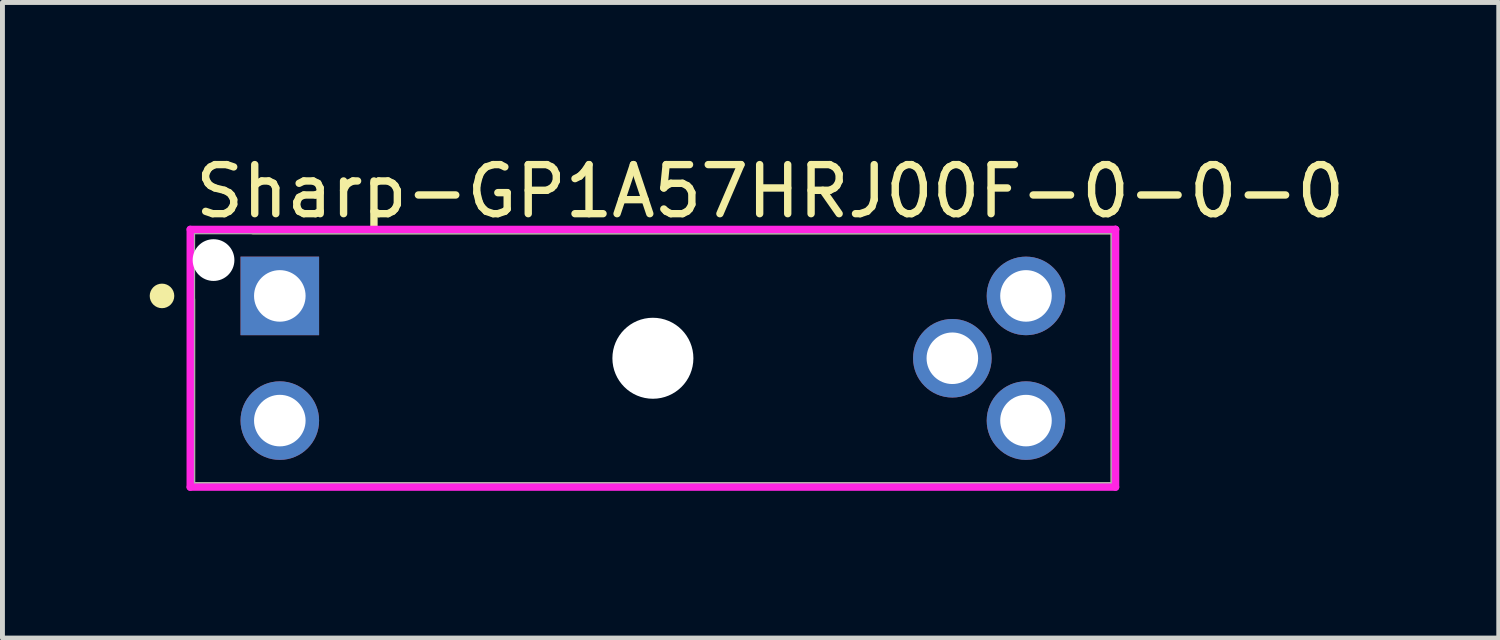
<source format=kicad_pcb>
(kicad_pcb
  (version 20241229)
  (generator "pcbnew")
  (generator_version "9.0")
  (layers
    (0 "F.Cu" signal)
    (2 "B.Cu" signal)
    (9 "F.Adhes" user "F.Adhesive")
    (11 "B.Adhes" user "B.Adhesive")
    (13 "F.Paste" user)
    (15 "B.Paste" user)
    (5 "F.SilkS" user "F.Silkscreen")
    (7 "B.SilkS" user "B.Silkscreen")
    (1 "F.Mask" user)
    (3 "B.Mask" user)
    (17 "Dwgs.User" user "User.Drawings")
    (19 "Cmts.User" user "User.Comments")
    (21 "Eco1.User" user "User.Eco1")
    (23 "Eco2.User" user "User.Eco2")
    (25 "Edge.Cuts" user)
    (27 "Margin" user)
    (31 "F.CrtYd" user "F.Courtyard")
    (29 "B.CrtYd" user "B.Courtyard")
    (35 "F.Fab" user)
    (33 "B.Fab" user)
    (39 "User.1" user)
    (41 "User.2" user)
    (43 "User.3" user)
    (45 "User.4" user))
  (footprint "Sharp-GP1A57HRJ00F-0-0-0"
    (layer "F.Cu")
    (at 10.25 4.248)
    (property "Reference" "Sharp-GP1A57HRJ00F-0-0-0" (at -9.4 -3.4 0) (layer "F.SilkS") (effects (font (size 1 1) (thickness 0.15)) (justify left)))
    (attr through_hole)
    (fp_line (start -9.4 2.6) (end -9.4 -1.2) (stroke (width 0.15) (type solid)) (layer "F.SilkS"))
    (fp_line (start -9.4 2.6) (end 9.4 2.6) (stroke (width 0.15) (type solid)) (layer "F.SilkS"))
    (fp_line (start -8.15 -2.6) (end 9.4 -2.6) (stroke (width 0.15) (type solid)) (layer "F.SilkS"))
    (fp_line (start 9.4 2.6) (end 9.4 -2.6) (stroke (width 0.15) (type solid)) (layer "F.SilkS"))
    (fp_circle (center -10 -1.27) (end -9.875 -1.27) (stroke (width 0.25) (type solid)) (fill no) (layer "F.SilkS"))
    (fp_line (start -9.425 -2.625) (end -9.425 2.625) (stroke (width 0.15) (type solid)) (layer "F.CrtYd"))
    (fp_line (start -9.425 2.625) (end 9.425 2.625) (stroke (width 0.15) (type solid)) (layer "F.CrtYd"))
    (fp_line (start 9.425 -2.625) (end -9.425 -2.625) (stroke (width 0.15) (type solid)) (layer "F.CrtYd"))
    (fp_line (start 9.425 -2.625) (end 9.425 -2.625) (stroke (width 0.15) (type solid)) (layer "F.CrtYd"))
    (fp_line (start 9.425 2.625) (end 9.425 -2.625) (stroke (width 0.15) (type solid)) (layer "F.CrtYd"))
    (fp_line (start -9.4 -2.6) (end 9.4 -2.6) (stroke (width 0.15) (type solid)) (layer "F.Fab"))
    (fp_line (start -9.4 2.6) (end -9.4 -2.6) (stroke (width 0.15) (type solid)) (layer "F.Fab"))
    (fp_line (start 9.4 -2.6) (end 9.4 2.6) (stroke (width 0.15) (type solid)) (layer "F.Fab"))
    (fp_line (start 9.4 2.6) (end -9.4 2.6) (stroke (width 0.15) (type solid)) (layer "F.Fab"))
    (pad "" np_thru_hole circle (at -8.95 -2) (size 0.85 0.85) (drill 0.85) (layers "*.Cu" "*.Mask"))
    (pad "" np_thru_hole circle (at 0 0) (size 1.65 1.65) (drill 1.65) (layers "*.Cu" "*.Mask"))
    (pad "1" thru_hole rect (at -7.6 -1.27) (size 1.6 1.6) (drill 1.05) (layers "*.Cu"))
    (pad "2" thru_hole circle (at -7.6 1.27) (size 1.6 1.6) (drill 1.05) (layers "*.Cu"))
    (pad "3" thru_hole circle (at 7.6 1.27) (size 1.6 1.6) (drill 1.05) (layers "*.Cu"))
    (pad "4" thru_hole circle (at 6.1 0) (size 1.6 1.6) (drill 1.05) (layers "*.Cu"))
    (pad "5" thru_hole circle (at 7.6 -1.27) (size 1.6 1.6) (drill 1.05) (layers "*.Cu")))
  (gr_rect
    (start -3 -3)
    (end 27.481 9.948)
    (stroke (width 0.1) (type default))
    (fill no)
    (layer "Edge.Cuts")))
</source>
